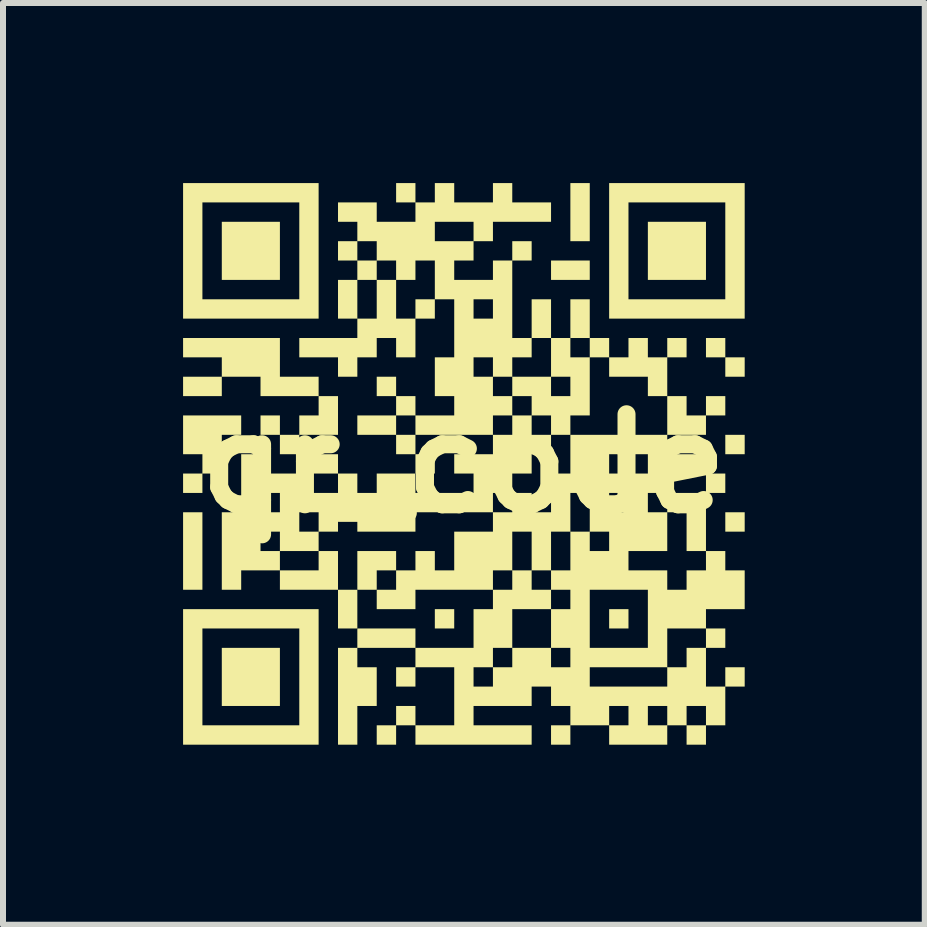
<source format=kicad_pcb>
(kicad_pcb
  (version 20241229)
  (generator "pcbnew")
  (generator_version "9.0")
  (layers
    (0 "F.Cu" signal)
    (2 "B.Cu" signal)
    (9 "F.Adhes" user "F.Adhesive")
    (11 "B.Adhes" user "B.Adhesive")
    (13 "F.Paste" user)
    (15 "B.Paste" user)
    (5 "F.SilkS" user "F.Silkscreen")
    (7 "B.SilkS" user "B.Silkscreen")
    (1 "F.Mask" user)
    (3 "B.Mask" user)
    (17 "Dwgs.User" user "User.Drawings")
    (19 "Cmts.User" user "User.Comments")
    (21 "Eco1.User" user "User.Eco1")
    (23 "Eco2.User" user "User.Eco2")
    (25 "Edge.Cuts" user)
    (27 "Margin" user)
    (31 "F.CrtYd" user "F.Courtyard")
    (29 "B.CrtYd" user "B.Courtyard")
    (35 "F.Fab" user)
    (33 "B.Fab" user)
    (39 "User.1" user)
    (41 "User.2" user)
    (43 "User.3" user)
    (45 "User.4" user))
  (footprint "qr_code"
    (layer "F.Cu")
    (at 4.673 4.673)
    (property "Reference" "qr_code" (at 0 0 0) (layer "F.SilkS") (effects (font (size 1.5 1.5) (thickness 0.3))))
    (attr board_only exclude_from_pos_files exclude_from_bom)
    (fp_poly (pts (xy -4.351 1.457) (xy -4.351 2.102) (xy -4.512 2.102) (xy -4.673 2.102) (xy -4.673 1.457) (xy -4.673 0.811) (xy -4.512 0.811) (xy -4.351 0.811)) (stroke (width 0) (type solid)) (fill yes) (layer "F.SilkS"))
    (fp_poly (pts (xy -3.06 -3.544) (xy -3.06 -3.06) (xy -3.544 -3.06) (xy -4.028 -3.06) (xy -4.028 -3.544) (xy -4.028 -4.028) (xy -3.544 -4.028) (xy -3.06 -4.028)) (stroke (width 0) (type solid)) (fill yes) (layer "F.SilkS"))
    (fp_poly (pts (xy -3.06 3.554) (xy -3.06 4.038) (xy -3.544 4.038) (xy -4.028 4.038) (xy -4.028 3.554) (xy -4.028 3.07) (xy -3.544 3.07) (xy -3.06 3.07)) (stroke (width 0) (type solid)) (fill yes) (layer "F.SilkS"))
    (fp_poly (pts (xy -1.77 2.425) (xy -1.77 2.747) (xy -1.931 2.747) (xy -2.092 2.747) (xy -2.092 2.425) (xy -2.092 2.102) (xy -1.931 2.102) (xy -1.77 2.102)) (stroke (width 0) (type solid)) (fill yes) (layer "F.SilkS"))
    (fp_poly (pts (xy -1.124 -1.286) (xy -1.124 -1.124) (xy -1.286 -1.124) (xy -1.447 -1.124) (xy -1.447 -1.286) (xy -1.447 -1.447) (xy -1.286 -1.447) (xy -1.124 -1.447)) (stroke (width 0) (type solid)) (fill yes) (layer "F.SilkS"))
    (fp_poly (pts (xy -0.802 -0.318) (xy -0.802 -0.156) (xy -0.963 -0.156) (xy -1.124 -0.156) (xy -1.124 -0.318) (xy -1.124 -0.479) (xy -0.963 -0.479) (xy -0.802 -0.479)) (stroke (width 0) (type solid)) (fill yes) (layer "F.SilkS"))
    (fp_poly (pts (xy -0.156 2.586) (xy -0.156 2.747) (xy -0.318 2.747) (xy -0.479 2.747) (xy -0.479 2.586) (xy -0.479 2.425) (xy -0.318 2.425) (xy -0.156 2.425)) (stroke (width 0) (type solid)) (fill yes) (layer "F.SilkS"))
    (fp_poly (pts (xy 2.102 -4.189) (xy 2.102 -3.705) (xy 1.941 -3.705) (xy 1.779 -3.705) (xy 1.779 -4.189) (xy 1.779 -4.673) (xy 1.941 -4.673) (xy 2.102 -4.673)) (stroke (width 0) (type solid)) (fill yes) (layer "F.SilkS"))
    (fp_poly (pts (xy 2.102 -3.221) (xy 2.102 -3.06) (xy 1.779 -3.06) (xy 1.457 -3.06) (xy 1.457 -3.221) (xy 1.457 -3.383) (xy 1.779 -3.383) (xy 2.102 -3.383)) (stroke (width 0) (type solid)) (fill yes) (layer "F.SilkS"))
    (fp_poly (pts (xy 2.747 2.586) (xy 2.747 2.747) (xy 2.586 2.747) (xy 2.425 2.747) (xy 2.425 2.586) (xy 2.425 2.425) (xy 2.586 2.425) (xy 2.747 2.425)) (stroke (width 0) (type solid)) (fill yes) (layer "F.SilkS"))
    (fp_poly (pts (xy 4.038 -3.544) (xy 4.038 -3.06) (xy 3.554 -3.06) (xy 3.07 -3.06) (xy 3.07 -3.544) (xy 3.07 -4.028) (xy 3.554 -4.028) (xy 4.038 -4.028)) (stroke (width 0) (type solid)) (fill yes) (layer "F.SilkS"))
    (fp_poly (pts (xy 4.36 -1.931) (xy 4.36 -1.77) (xy 4.199 -1.77) (xy 4.038 -1.77) (xy 4.038 -1.931) (xy 4.038 -2.092) (xy 4.199 -2.092) (xy 4.36 -2.092)) (stroke (width 0) (type solid)) (fill yes) (layer "F.SilkS"))
    (fp_poly (pts (xy 4.683 -1.608) (xy 4.683 -1.447) (xy 4.522 -1.447) (xy 4.36 -1.447) (xy 4.36 -1.608) (xy 4.36 -1.77) (xy 4.522 -1.77) (xy 4.683 -1.77)) (stroke (width 0) (type solid)) (fill yes) (layer "F.SilkS"))
    (fp_poly (pts (xy 4.683 -0.318) (xy 4.683 -0.156) (xy 4.522 -0.156) (xy 4.36 -0.156) (xy 4.36 -0.318) (xy 4.36 -0.479) (xy 4.522 -0.479) (xy 4.683 -0.479)) (stroke (width 0) (type solid)) (fill yes) (layer "F.SilkS"))
    (fp_poly (pts (xy 4.683 0.973) (xy 4.683 1.134) (xy 4.522 1.134) (xy 4.36 1.134) (xy 4.36 0.973) (xy 4.36 0.811) (xy 4.522 0.811) (xy 4.683 0.811)) (stroke (width 0) (type solid)) (fill yes) (layer "F.SilkS"))
    (fp_poly (pts (xy -1.124 1.618) (xy -1.124 1.779) (xy -1.286 1.779) (xy -1.447 1.779) (xy -1.447 1.941) (xy -1.447 2.102) (xy -1.608 2.102) (xy -1.77 2.102) (xy -1.77 1.779) (xy -1.77 1.457) (xy -1.447 1.457) (xy -1.124 1.457)) (stroke (width 0) (type solid)) (fill yes) (layer "F.SilkS"))
    (fp_poly (pts (xy -2.415 -3.544) (xy -2.415 -2.415) (xy -3.544 -2.415) (xy -4.673 -2.415) (xy -4.673 -3.544) (xy -4.673 -4.351) (xy -4.351 -4.351) (xy -4.351 -3.544) (xy -4.351 -2.737) (xy -3.544 -2.737) (xy -2.737 -2.737) (xy -2.737 -3.544) (xy -2.737 -4.351) (xy -3.544 -4.351) (xy -4.351 -4.351) (xy -4.673 -4.351) (xy -4.673 -4.673) (xy -3.544 -4.673) (xy -2.415 -4.673)) (stroke (width 0) (type solid)) (fill yes) (layer "F.SilkS"))
    (fp_poly (pts (xy -2.415 3.554) (xy -2.415 4.683) (xy -3.544 4.683) (xy -4.673 4.683) (xy -4.673 3.554) (xy -4.673 2.747) (xy -4.351 2.747) (xy -4.351 3.554) (xy -4.351 4.36) (xy -3.544 4.36) (xy -2.737 4.36) (xy -2.737 3.554) (xy -2.737 2.747) (xy -3.544 2.747) (xy -4.351 2.747) (xy -4.673 2.747) (xy -4.673 2.425) (xy -3.544 2.425) (xy -2.415 2.425)) (stroke (width 0) (type solid)) (fill yes) (layer "F.SilkS"))
    (fp_poly (pts (xy 4.683 -3.544) (xy 4.683 -2.415) (xy 3.554 -2.415) (xy 2.425 -2.415) (xy 2.425 -3.544) (xy 2.425 -4.351) (xy 2.747 -4.351) (xy 2.747 -3.544) (xy 2.747 -2.737) (xy 3.554 -2.737) (xy 4.36 -2.737) (xy 4.36 -3.544) (xy 4.36 -4.351) (xy 3.554 -4.351) (xy 2.747 -4.351) (xy 2.425 -4.351) (xy 2.425 -4.673) (xy 3.554 -4.673) (xy 4.683 -4.673)) (stroke (width 0) (type solid)) (fill yes) (layer "F.SilkS"))
    (fp_poly (pts (xy -3.705 -0.64) (xy -3.705 -0.479) (xy -3.867 -0.479) (xy -4.028 -0.479) (xy -4.028 -0.156) (xy -4.028 0.166) (xy -4.189 0.166) (xy -4.351 0.166) (xy -4.351 0.328) (xy -4.351 0.489) (xy -4.512 0.489) (xy -4.673 0.489) (xy -4.673 0.328) (xy -4.673 0.166) (xy -4.512 0.166) (xy -4.351 0.166) (xy -4.351 0.005) (xy -4.351 -0.156) (xy -4.512 -0.156) (xy -4.673 -0.156) (xy -4.673 -0.479) (xy -4.673 -0.802) (xy -4.189 -0.802) (xy -3.705 -0.802)) (stroke (width 0) (type solid)) (fill yes) (layer "F.SilkS"))
    (fp_poly (pts (xy -3.06 -1.77) (xy -3.06 -1.447) (xy -2.737 -1.447) (xy -2.415 -1.447) (xy -2.415 -1.286) (xy -2.415 -1.124) (xy -2.899 -1.124) (xy -3.383 -1.124) (xy -3.383 -1.286) (xy -3.383 -1.447) (xy -3.705 -1.447) (xy -4.028 -1.447) (xy -4.028 -1.286) (xy -4.028 -1.124) (xy -4.351 -1.124) (xy -4.673 -1.124) (xy -4.673 -1.286) (xy -4.673 -1.447) (xy -4.351 -1.447) (xy -4.028 -1.447) (xy -4.028 -1.608) (xy -4.028 -1.77) (xy -4.351 -1.77) (xy -4.673 -1.77) (xy -4.673 -1.931) (xy -4.673 -2.092) (xy -3.867 -2.092) (xy -3.06 -2.092)) (stroke (width 0) (type solid)) (fill yes) (layer "F.SilkS"))
    (fp_poly (pts (xy -2.092 -0.802) (xy -2.092 -0.479) (xy -2.415 -0.479) (xy -2.737 -0.479) (xy -2.737 -0.318) (xy -2.737 -0.156) (xy -2.899 -0.156) (xy -3.06 -0.156) (xy -3.06 -0.318) (xy -3.06 -0.479) (xy -3.221 -0.479) (xy -3.383 -0.479) (xy -3.383 -0.64) (xy -3.383 -0.802) (xy -3.221 -0.802) (xy -3.06 -0.802) (xy -3.06 -0.64) (xy -3.06 -0.479) (xy -2.899 -0.479) (xy -2.737 -0.479) (xy -2.737 -0.64) (xy -2.737 -0.802) (xy -2.576 -0.802) (xy -2.415 -0.802) (xy -2.415 -0.963) (xy -2.415 -1.124) (xy -2.254 -1.124) (xy -2.092 -1.124)) (stroke (width 0) (type solid)) (fill yes) (layer "F.SilkS"))
    (fp_poly (pts (xy 3.715 -0.963) (xy 3.715 -0.802) (xy 3.876 -0.802) (xy 4.038 -0.802) (xy 4.038 -0.963) (xy 4.038 -1.124) (xy 4.199 -1.124) (xy 4.36 -1.124) (xy 4.36 -0.963) (xy 4.36 -0.802) (xy 4.199 -0.802) (xy 4.038 -0.802) (xy 4.038 -0.64) (xy 4.038 -0.479) (xy 3.715 -0.479) (xy 3.393 -0.479) (xy 3.393 -0.318) (xy 3.393 -0.156) (xy 3.715 -0.156) (xy 4.038 -0.156) (xy 4.038 0.005) (xy 4.038 0.166) (xy 3.715 0.166) (xy 3.393 0.166) (xy 3.393 0.328) (xy 3.393 0.489) (xy 3.231 0.489) (xy 3.07 0.489) (xy 3.07 0.65) (xy 3.07 0.811) (xy 3.231 0.811) (xy 3.393 0.811) (xy 3.393 0.65) (xy 3.393 0.489) (xy 3.715 0.489) (xy 4.038 0.489) (xy 4.038 0.328) (xy 4.038 0.166) (xy 4.199 0.166) (xy 4.36 0.166) (xy 4.36 0.328) (xy 4.36 0.489) (xy 4.199 0.489) (xy 4.038 0.489) (xy 4.038 0.973) (xy 4.038 1.457) (xy 3.876 1.457) (xy 3.715 1.457) (xy 3.715 1.134) (xy 3.715 0.811) (xy 3.554 0.811) (xy 3.393 0.811) (xy 3.393 1.134) (xy 3.393 1.457) (xy 3.07 1.457) (xy 2.747 1.457) (xy 2.747 1.618) (xy 2.747 1.779) (xy 3.07 1.779) (xy 3.393 1.779) (xy 3.393 1.941) (xy 3.393 2.102) (xy 3.554 2.102) (xy 3.715 2.102) (xy 3.715 1.941) (xy 3.715 1.779) (xy 3.876 1.779) (xy 4.038 1.779) (xy 4.038 1.618) (xy 4.038 1.457) (xy 4.199 1.457) (xy 4.36 1.457) (xy 4.36 1.618) (xy 4.36 1.779) (xy 4.522 1.779) (xy 4.683 1.779) (xy 4.683 2.102) (xy 4.683 2.425) (xy 4.36 2.425) (xy 4.038 2.425) (xy 4.038 2.586) (xy 4.038 2.747) (xy 3.715 2.747) (xy 3.393 2.747) (xy 3.393 3.07) (xy 3.393 3.393) (xy 2.747 3.393) (xy 2.102 3.393) (xy 2.102 3.554) (xy 2.102 3.715) (xy 2.747 3.715) (xy 3.393 3.715) (xy 3.393 3.554) (xy 3.393 3.393) (xy 3.554 3.393) (xy 3.715 3.393) (xy 3.715 3.231) (xy 3.715 3.07) (xy 3.876 3.07) (xy 4.038 3.07) (xy 4.038 2.909) (xy 4.038 2.747) (xy 4.199 2.747) (xy 4.36 2.747) (xy 4.36 2.909) (xy 4.36 3.07) (xy 4.199 3.07) (xy 4.038 3.07) (xy 4.038 3.393) (xy 4.038 3.715) (xy 4.199 3.715) (xy 4.36 3.715) (xy 4.36 3.554) (xy 4.36 3.393) (xy 4.522 3.393) (xy 4.683 3.393) (xy 4.683 3.554) (xy 4.683 3.715) (xy 4.522 3.715) (xy 4.36 3.715) (xy 4.36 4.038) (xy 4.36 4.36) (xy 4.199 4.36) (xy 4.038 4.36) (xy 4.038 4.522) (xy 4.038 4.683) (xy 3.876 4.683) (xy 3.715 4.683) (xy 3.715 4.522) (xy 3.715 4.36) (xy 3.554 4.36) (xy 3.393 4.36) (xy 3.393 4.522) (xy 3.393 4.683) (xy 2.909 4.683) (xy 2.425 4.683) (xy 2.425 4.522) (xy 2.425 4.36) (xy 2.102 4.36) (xy 1.779 4.36) (xy 1.779 4.522) (xy 1.779 4.683) (xy 1.618 4.683) (xy 1.457 4.683) (xy 1.457 4.522) (xy 1.457 4.36) (xy 1.618 4.36) (xy 1.779 4.36) (xy 1.779 4.199) (xy 1.779 4.038) (xy 2.425 4.038) (xy 2.425 4.199) (xy 2.425 4.36) (xy 2.586 4.36) (xy 2.747 4.36) (xy 2.747 4.199) (xy 2.747 4.038) (xy 3.07 4.038) (xy 3.07 4.199) (xy 3.07 4.36) (xy 3.231 4.36) (xy 3.393 4.36) (xy 3.393 4.199) (xy 3.393 4.038) (xy 3.715 4.038) (xy 3.715 4.199) (xy 3.715 4.36) (xy 3.876 4.36) (xy 4.038 4.36) (xy 4.038 4.199) (xy 4.038 4.038) (xy 3.876 4.038) (xy 3.715 4.038) (xy 3.393 4.038) (xy 3.231 4.038) (xy 3.07 4.038) (xy 2.747 4.038) (xy 2.586 4.038) (xy 2.425 4.038) (xy 1.779 4.038) (xy 1.618 4.038) (xy 1.457 4.038) (xy 1.457 3.876) (xy 1.457 3.715) (xy 1.295 3.715) (xy 1.134 3.715) (xy 1.134 3.876) (xy 1.134 4.038) (xy 0.65 4.038) (xy 0.166 4.038) (xy 0.166 4.199) (xy 0.166 4.36) (xy 0.65 4.36) (xy 1.134 4.36) (xy 1.134 4.522) (xy 1.134 4.683) (xy 0.166 4.683) (xy -0.802 4.683) (xy -0.802 4.522) (xy -0.802 4.36) (xy -0.963 4.36) (xy -1.124 4.36) (xy -1.124 4.522) (xy -1.124 4.683) (xy -1.286 4.683) (xy -1.447 4.683) (xy -1.447 4.522) (xy -1.447 4.36) (xy -1.286 4.36) (xy -1.124 4.36) (xy -1.124 4.199) (xy -1.124 4.038) (xy -0.963 4.038) (xy -0.802 4.038) (xy -0.802 4.199) (xy -0.802 4.36) (xy -0.479 4.36) (xy -0.156 4.36) (xy -0.156 3.876) (xy -0.156 3.715) (xy 0.166 3.715) (xy 0.328 3.715) (xy 0.489 3.715) (xy 0.489 3.554) (xy 0.489 3.393) (xy 0.65 3.393) (xy 0.811 3.393) (xy 0.811 3.231) (xy 0.811 3.07) (xy 1.134 3.07) (xy 1.457 3.07) (xy 1.457 3.231) (xy 1.457 3.393) (xy 1.618 3.393) (xy 1.779 3.393) (xy 1.779 3.231) (xy 1.779 3.07) (xy 1.618 3.07) (xy 1.457 3.07) (xy 1.457 2.747) (xy 1.457 2.425) (xy 1.618 2.425) (xy 1.779 2.425) (xy 1.779 2.263) (xy 1.779 2.102) (xy 2.102 2.102) (xy 2.102 2.586) (xy 2.102 3.07) (xy 2.586 3.07) (xy 3.07 3.07) (xy 3.07 2.586) (xy 3.07 2.102) (xy 2.586 2.102) (xy 2.102 2.102) (xy 1.779 2.102) (xy 1.618 2.102) (xy 1.457 2.102) (xy 1.457 2.263) (xy 1.457 2.425) (xy 1.134 2.425) (xy 0.811 2.425) (xy 0.811 2.747) (xy 0.811 3.07) (xy 0.65 3.07) (xy 0.489 3.07) (xy 0.489 3.231) (xy 0.489 3.393) (xy 0.328 3.393) (xy 0.166 3.393) (xy 0.166 3.554) (xy 0.166 3.715) (xy -0.156 3.715) (xy -0.156 3.393) (xy -0.479 3.393) (xy -0.802 3.393) (xy -0.802 3.554) (xy -0.802 3.715) (xy -0.963 3.715) (xy -1.124 3.715) (xy -1.124 3.554) (xy -1.124 3.393) (xy -0.963 3.393) (xy -0.802 3.393) (xy -0.802 3.231) (xy -0.802 3.07) (xy -1.286 3.07) (xy -1.77 3.07) (xy -1.77 3.231) (xy -1.77 3.393) (xy -1.608 3.393) (xy -1.447 3.393) (xy -1.447 3.715) (xy -1.447 4.038) (xy -1.608 4.038) (xy -1.77 4.038) (xy -1.77 4.36) (xy -1.77 4.683) (xy -1.931 4.683) (xy -2.092 4.683) (xy -2.092 3.876) (xy -2.092 3.07) (xy -1.931 3.07) (xy -1.77 3.07) (xy -1.77 2.909) (xy -1.77 2.747) (xy -1.286 2.747) (xy -0.802 2.747) (xy -0.802 2.909) (xy -0.802 3.07) (xy -0.318 3.07) (xy 0.166 3.07) (xy 0.166 2.747) (xy 0.166 2.425) (xy 0.328 2.425) (xy 0.489 2.425) (xy 0.489 2.263) (xy 0.489 2.102) (xy 0.65 2.102) (xy 0.811 2.102) (xy 0.811 1.941) (xy 0.811 1.779) (xy 0.973 1.779) (xy 1.134 1.779) (xy 1.134 1.941) (xy 1.134 2.102) (xy 1.295 2.102) (xy 1.457 2.102) (xy 1.457 1.941) (xy 1.457 1.779) (xy 1.618 1.779) (xy 1.779 1.779) (xy 1.779 1.457) (xy 1.779 1.134) (xy 1.941 1.134) (xy 2.102 1.134) (xy 2.102 1.295) (xy 2.102 1.457) (xy 2.263 1.457) (xy 2.425 1.457) (xy 2.425 1.295) (xy 2.425 1.134) (xy 2.263 1.134) (xy 2.102 1.134) (xy 2.102 0.811) (xy 2.102 0.489) (xy 2.425 0.489) (xy 2.425 0.65) (xy 2.425 0.811) (xy 2.586 0.811) (xy 2.747 0.811) (xy 2.747 0.65) (xy 2.747 0.489) (xy 2.586 0.489) (xy 2.425 0.489) (xy 2.102 0.489) (xy 1.941 0.489) (xy 1.779 0.489) (xy 1.779 0.811) (xy 1.779 1.134) (xy 1.618 1.134) (xy 1.457 1.134) (xy 1.457 1.457) (xy 1.457 1.779) (xy 1.295 1.779) (xy 1.134 1.779) (xy 1.134 1.457) (xy 1.134 1.134) (xy 0.973 1.134) (xy 0.811 1.134) (xy 0.811 1.457) (xy 0.811 1.779) (xy 0.65 1.779) (xy 0.489 1.779) (xy 0.489 1.941) (xy 0.489 2.102) (xy -0.156 2.102) (xy -0.802 2.102) (xy -0.802 2.263) (xy -0.802 2.425) (xy -1.124 2.425) (xy -1.447 2.425) (xy -1.447 2.263) (xy -1.447 2.102) (xy -1.286 2.102) (xy -1.124 2.102) (xy -1.124 1.941) (xy -1.124 1.779) (xy -0.963 1.779) (xy -0.802 1.779) (xy -0.802 1.618) (xy -0.802 1.457) (xy -0.64 1.457) (xy -0.479 1.457) (xy -0.479 1.618) (xy -0.479 1.779) (xy -0.318 1.779) (xy -0.156 1.779) (xy -0.156 1.457) (xy -0.156 1.134) (xy 0.166 1.134) (xy 0.489 1.134) (xy 0.489 0.973) (xy 0.489 0.811) (xy 0.65 0.811) (xy 0.811 0.811) (xy 0.811 0.65) (xy 0.811 0.489) (xy 0.973 0.489) (xy 1.134 0.489) (xy 1.134 0.65) (xy 1.134 0.811) (xy 1.295 0.811) (xy 1.457 0.811) (xy 1.457 0.489) (xy 1.457 0.166) (xy 1.618 0.166) (xy 1.779 0.166) (xy 1.779 -0.156) (xy 2.425 -0.156) (xy 2.425 0.005) (xy 2.425 0.166) (xy 2.747 0.166) (xy 3.07 0.166) (xy 3.07 0.005) (xy 3.07 -0.156) (xy 2.747 -0.156) (xy 2.425 -0.156) (xy 1.779 -0.156) (xy 1.779 -0.479) (xy 2.586 -0.479) (xy 3.393 -0.479) (xy 3.393 -0.802) (xy 3.393 -1.124) (xy 3.554 -1.124) (xy 3.715 -1.124)) (stroke (width 0) (type solid)) (fill yes) (layer "F.SilkS"))
    (fp_poly (pts (xy -0.802 -4.512) (xy -0.802 -4.351) (xy -0.64 -4.351) (xy -0.479 -4.351) (xy -0.479 -4.512) (xy -0.479 -4.673) (xy -0.318 -4.673) (xy -0.156 -4.673) (xy -0.156 -4.512) (xy -0.156 -4.351) (xy 0.166 -4.351) (xy 0.489 -4.351) (xy 0.489 -4.512) (xy 0.489 -4.673) (xy 0.65 -4.673) (xy 0.811 -4.673) (xy 0.811 -4.512) (xy 0.811 -4.351) (xy 1.134 -4.351) (xy 1.457 -4.351) (xy 1.457 -4.189) (xy 1.457 -4.028) (xy 0.973 -4.028) (xy 0.489 -4.028) (xy 0.489 -3.867) (xy 0.489 -3.705) (xy 0.328 -3.705) (xy 0.166 -3.705) (xy 0.166 -3.544) (xy 0.166 -3.383) (xy 0.005 -3.383) (xy -0.156 -3.383) (xy -0.156 -3.221) (xy -0.156 -3.06) (xy 0.166 -3.06) (xy 0.489 -3.06) (xy 0.489 -3.221) (xy 0.489 -3.383) (xy 0.65 -3.383) (xy 0.811 -3.383) (xy 0.811 -3.544) (xy 0.811 -3.705) (xy 0.973 -3.705) (xy 1.134 -3.705) (xy 1.134 -3.544) (xy 1.134 -3.383) (xy 0.973 -3.383) (xy 0.811 -3.383) (xy 0.811 -2.737) (xy 0.811 -2.092) (xy 0.973 -2.092) (xy 1.134 -2.092) (xy 1.134 -2.415) (xy 1.134 -2.737) (xy 1.295 -2.737) (xy 1.457 -2.737) (xy 1.457 -2.415) (xy 1.457 -2.092) (xy 1.618 -2.092) (xy 1.779 -2.092) (xy 1.779 -2.415) (xy 1.779 -2.737) (xy 1.941 -2.737) (xy 2.102 -2.737) (xy 2.102 -2.415) (xy 2.102 -2.092) (xy 1.941 -2.092) (xy 1.779 -2.092) (xy 1.779 -1.931) (xy 1.779 -1.77) (xy 1.941 -1.77) (xy 2.102 -1.77) (xy 2.102 -1.931) (xy 2.102 -2.092) (xy 2.263 -2.092) (xy 2.425 -2.092) (xy 2.425 -1.931) (xy 2.425 -1.77) (xy 2.586 -1.77) (xy 2.747 -1.77) (xy 2.747 -1.931) (xy 2.747 -2.092) (xy 2.909 -2.092) (xy 3.07 -2.092) (xy 3.07 -1.931) (xy 3.07 -1.77) (xy 3.231 -1.77) (xy 3.393 -1.77) (xy 3.393 -1.931) (xy 3.393 -2.092) (xy 3.554 -2.092) (xy 3.715 -2.092) (xy 3.715 -1.931) (xy 3.715 -1.77) (xy 3.554 -1.77) (xy 3.393 -1.77) (xy 3.393 -1.447) (xy 3.393 -1.124) (xy 3.231 -1.124) (xy 3.07 -1.124) (xy 3.07 -1.286) (xy 3.07 -1.447) (xy 2.747 -1.447) (xy 2.425 -1.447) (xy 2.425 -1.608) (xy 2.425 -1.77) (xy 2.263 -1.77) (xy 2.102 -1.77) (xy 2.102 -1.286) (xy 2.102 -0.802) (xy 1.941 -0.802) (xy 1.779 -0.802) (xy 1.779 -0.64) (xy 1.779 -0.479) (xy 1.618 -0.479) (xy 1.457 -0.479) (xy 1.457 -0.64) (xy 1.457 -0.802) (xy 1.295 -0.802) (xy 1.134 -0.802) (xy 1.134 -0.64) (xy 1.134 -0.479) (xy 1.295 -0.479) (xy 1.457 -0.479) (xy 1.457 -0.318) (xy 1.457 -0.156) (xy 1.295 -0.156) (xy 1.134 -0.156) (xy 1.134 0.005) (xy 1.134 0.166) (xy 0.973 0.166) (xy 0.811 0.166) (xy 0.811 0.328) (xy 0.811 0.489) (xy 0.65 0.489) (xy 0.489 0.489) (xy 0.489 0.65) (xy 0.489 0.811) (xy -0.156 0.811) (xy -0.802 0.811) (xy -0.802 0.973) (xy -0.802 1.134) (xy -1.286 1.134) (xy -1.77 1.134) (xy -1.77 0.973) (xy -1.77 0.811) (xy -1.931 0.811) (xy -2.092 0.811) (xy -2.092 0.973) (xy -2.092 1.134) (xy -2.254 1.134) (xy -2.415 1.134) (xy -2.415 0.973) (xy -2.415 0.811) (xy -2.576 0.811) (xy -2.737 0.811) (xy -2.737 0.973) (xy -2.737 1.134) (xy -2.576 1.134) (xy -2.415 1.134) (xy -2.415 1.295) (xy -2.415 1.457) (xy -2.737 1.457) (xy -3.06 1.457) (xy -3.06 1.295) (xy -3.06 1.134) (xy -3.221 1.134) (xy -3.383 1.134) (xy -3.383 1.295) (xy -3.383 1.457) (xy -3.221 1.457) (xy -3.06 1.457) (xy -3.06 1.618) (xy -3.06 1.779) (xy -2.737 1.779) (xy -2.415 1.779) (xy -2.415 1.618) (xy -2.415 1.457) (xy -2.254 1.457) (xy -2.092 1.457) (xy -2.092 1.779) (xy -2.092 2.102) (xy -2.576 2.102) (xy -3.06 2.102) (xy -3.06 1.941) (xy -3.06 1.779) (xy -3.383 1.779) (xy -3.705 1.779) (xy -3.705 1.941) (xy -3.705 2.102) (xy -3.867 2.102) (xy -4.028 2.102) (xy -4.028 1.457) (xy -4.028 0.811) (xy -3.867 0.811) (xy -3.705 0.811) (xy -3.705 0.489) (xy -3.383 0.489) (xy -3.383 0.65) (xy -3.383 0.811) (xy -3.221 0.811) (xy -3.06 0.811) (xy -3.06 0.65) (xy -3.06 0.489) (xy -3.221 0.489) (xy -3.383 0.489) (xy -3.705 0.489) (xy -3.705 0.328) (xy -3.705 -0.156) (xy -3.544 -0.156) (xy -3.383 -0.156) (xy -3.383 0.005) (xy -3.383 0.166) (xy -3.06 0.166) (xy -2.737 0.166) (xy -2.737 0.005) (xy -2.737 -0.156) (xy -2.415 -0.156) (xy -2.092 -0.156) (xy -2.092 0.005) (xy -2.092 0.166) (xy -2.415 0.166) (xy -2.737 0.166) (xy -2.737 0.328) (xy -2.737 0.489) (xy -2.415 0.489) (xy -2.092 0.489) (xy -2.092 0.328) (xy -2.092 0.166) (xy -1.931 0.166) (xy -1.77 0.166) (xy -1.77 0.328) (xy -1.77 0.489) (xy -1.608 0.489) (xy -1.447 0.489) (xy -1.447 0.328) (xy -1.447 0.166) (xy -1.124 0.166) (xy -0.802 0.166) (xy -0.802 0.005) (xy -0.802 -0.156) (xy -0.64 -0.156) (xy -0.479 -0.156) (xy -0.479 0.005) (xy -0.479 0.166) (xy -0.64 0.166) (xy -0.802 0.166) (xy -0.802 0.328) (xy -0.802 0.489) (xy -0.318 0.489) (xy 0.166 0.489) (xy 0.166 0.328) (xy 0.166 0.166) (xy 0.005 0.166) (xy -0.156 0.166) (xy -0.156 0.005) (xy -0.156 -0.156) (xy 0.166 -0.156) (xy 0.489 -0.156) (xy 0.489 -0.318) (xy 0.489 -0.479) (xy 0.65 -0.479) (xy 0.811 -0.479) (xy 0.811 -0.64) (xy 0.811 -0.802) (xy 0.973 -0.802) (xy 1.134 -0.802) (xy 1.134 -0.963) (xy 1.134 -1.124) (xy 0.973 -1.124) (xy 0.811 -1.124) (xy 0.811 -0.963) (xy 0.811 -0.802) (xy 0.65 -0.802) (xy 0.489 -0.802) (xy 0.489 -0.64) (xy 0.489 -0.479) (xy -0.156 -0.479) (xy -0.802 -0.479) (xy -0.802 -0.64) (xy -0.802 -0.802) (xy -0.963 -0.802) (xy -1.124 -0.802) (xy -1.124 -0.64) (xy -1.124 -0.479) (xy -1.447 -0.479) (xy -1.77 -0.479) (xy -1.77 -0.64) (xy -1.77 -0.802) (xy -1.447 -0.802) (xy -1.124 -0.802) (xy -1.124 -0.963) (xy -1.124 -1.124) (xy -0.963 -1.124) (xy -0.802 -1.124) (xy -0.802 -0.963) (xy -0.802 -0.802) (xy -0.479 -0.802) (xy -0.156 -0.802) (xy -0.156 -0.963) (xy -0.156 -1.124) (xy -0.318 -1.124) (xy -0.479 -1.124) (xy -0.479 -1.447) (xy 0.166 -1.447) (xy 0.328 -1.447) (xy 0.489 -1.447) (xy 0.489 -1.286) (xy 0.489 -1.124) (xy 0.65 -1.124) (xy 0.811 -1.124) (xy 0.811 -1.286) (xy 0.811 -1.447) (xy 1.134 -1.447) (xy 1.457 -1.447) (xy 1.457 -1.286) (xy 1.457 -1.124) (xy 1.618 -1.124) (xy 1.779 -1.124) (xy 1.779 -1.286) (xy 1.779 -1.447) (xy 1.618 -1.447) (xy 1.457 -1.447) (xy 1.457 -1.77) (xy 1.457 -2.092) (xy 1.295 -2.092) (xy 1.134 -2.092) (xy 1.134 -1.931) (xy 1.134 -1.77) (xy 0.973 -1.77) (xy 0.811 -1.77) (xy 0.811 -1.608) (xy 0.811 -1.447) (xy 0.65 -1.447) (xy 0.489 -1.447) (xy 0.489 -1.608) (xy 0.489 -1.77) (xy 0.328 -1.77) (xy 0.166 -1.77) (xy 0.166 -1.608) (xy 0.166 -1.447) (xy -0.479 -1.447) (xy -0.479 -1.77) (xy -0.318 -1.77) (xy -0.156 -1.77) (xy -0.156 -2.254) (xy -0.156 -2.737) (xy 0.166 -2.737) (xy 0.166 -2.576) (xy 0.166 -2.415) (xy 0.328 -2.415) (xy 0.489 -2.415) (xy 0.489 -2.576) (xy 0.489 -2.737) (xy 0.328 -2.737) (xy 0.166 -2.737) (xy -0.156 -2.737) (xy -0.318 -2.737) (xy -0.479 -2.737) (xy -0.479 -2.576) (xy -0.479 -2.415) (xy -0.64 -2.415) (xy -0.802 -2.415) (xy -0.802 -2.092) (xy -0.802 -1.77) (xy -0.963 -1.77) (xy -1.124 -1.77) (xy -1.124 -1.931) (xy -1.124 -2.092) (xy -1.286 -2.092) (xy -1.447 -2.092) (xy -1.447 -1.931) (xy -1.447 -1.77) (xy -1.608 -1.77) (xy -1.77 -1.77) (xy -1.77 -1.608) (xy -1.77 -1.447) (xy -1.931 -1.447) (xy -2.092 -1.447) (xy -2.092 -1.608) (xy -2.092 -1.77) (xy -2.415 -1.77) (xy -2.737 -1.77) (xy -2.737 -1.931) (xy -2.737 -2.092) (xy -2.254 -2.092) (xy -1.77 -2.092) (xy -1.77 -2.254) (xy -1.77 -2.415) (xy -1.608 -2.415) (xy -1.447 -2.415) (xy -1.447 -2.737) (xy -1.447 -3.06) (xy -1.286 -3.06) (xy -1.124 -3.06) (xy -1.124 -2.737) (xy -1.124 -2.415) (xy -0.963 -2.415) (xy -0.802 -2.415) (xy -0.802 -2.576) (xy -0.802 -2.737) (xy -0.64 -2.737) (xy -0.479 -2.737) (xy -0.479 -3.06) (xy -0.479 -3.383) (xy -0.64 -3.383) (xy -0.802 -3.383) (xy -0.802 -3.221) (xy -0.802 -3.06) (xy -0.963 -3.06) (xy -1.124 -3.06) (xy -1.124 -3.221) (xy -1.124 -3.383) (xy -1.286 -3.383) (xy -1.447 -3.383) (xy -1.447 -3.221) (xy -1.447 -3.06) (xy -1.608 -3.06) (xy -1.77 -3.06) (xy -1.77 -2.737) (xy -1.77 -2.415) (xy -1.931 -2.415) (xy -2.092 -2.415) (xy -2.092 -2.737) (xy -2.092 -3.06) (xy -1.931 -3.06) (xy -1.77 -3.06) (xy -1.77 -3.221) (xy -1.77 -3.383) (xy -1.931 -3.383) (xy -2.092 -3.383) (xy -2.092 -3.544) (xy -2.092 -3.705) (xy -1.931 -3.705) (xy -1.77 -3.705) (xy -1.77 -3.544) (xy -1.77 -3.383) (xy -1.608 -3.383) (xy -1.447 -3.383) (xy -1.447 -3.544) (xy -1.447 -3.705) (xy -1.608 -3.705) (xy -1.77 -3.705) (xy -1.77 -3.867) (xy -1.77 -4.028) (xy -1.931 -4.028) (xy -2.092 -4.028) (xy -2.092 -4.189) (xy -2.092 -4.351) (xy -1.77 -4.351) (xy -1.447 -4.351) (xy -1.447 -4.189) (xy -1.447 -4.028) (xy -1.124 -4.028) (xy -0.802 -4.028) (xy -0.479 -4.028) (xy -0.479 -3.867) (xy -0.479 -3.705) (xy -0.156 -3.705) (xy 0.166 -3.705) (xy 0.166 -3.867) (xy 0.166 -4.028) (xy -0.156 -4.028) (xy -0.479 -4.028) (xy -0.802 -4.028) (xy -0.802 -4.189) (xy -0.802 -4.351) (xy -0.963 -4.351) (xy -1.124 -4.351) (xy -1.124 -4.512) (xy -1.124 -4.673) (xy -0.963 -4.673) (xy -0.802 -4.673)) (stroke (width 0) (type solid)) (fill yes) (layer "F.SilkS")))
  (gr_rect
    (start -3 -3)
    (end 12.356 12.356)
    (stroke (width 0.1) (type default))
    (fill no)
    (layer "Edge.Cuts")))
</source>
